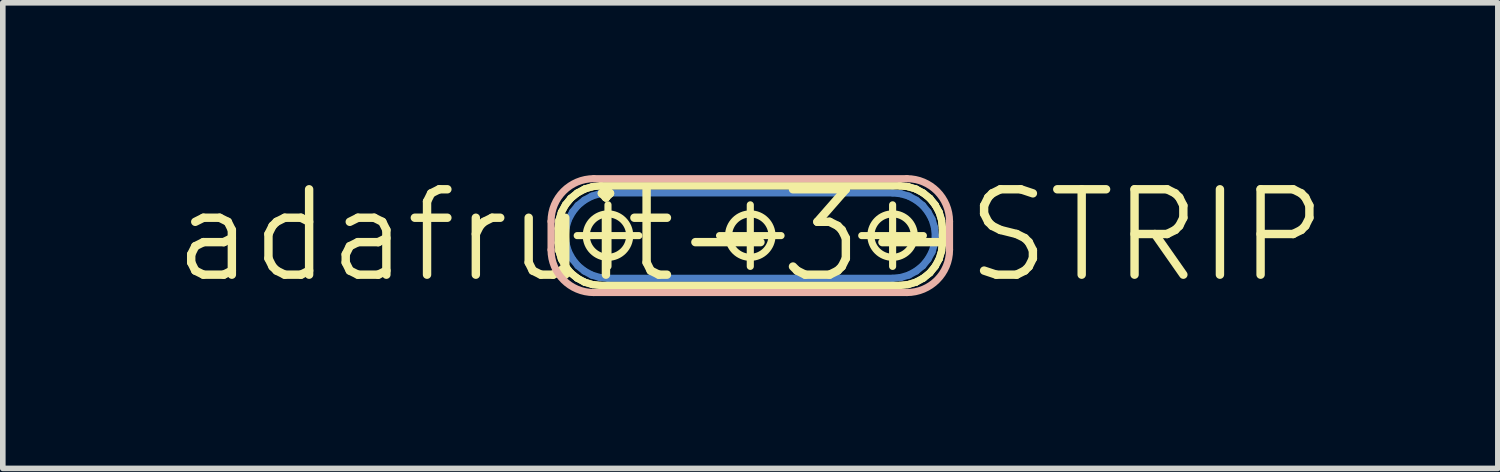
<source format=kicad_pcb>
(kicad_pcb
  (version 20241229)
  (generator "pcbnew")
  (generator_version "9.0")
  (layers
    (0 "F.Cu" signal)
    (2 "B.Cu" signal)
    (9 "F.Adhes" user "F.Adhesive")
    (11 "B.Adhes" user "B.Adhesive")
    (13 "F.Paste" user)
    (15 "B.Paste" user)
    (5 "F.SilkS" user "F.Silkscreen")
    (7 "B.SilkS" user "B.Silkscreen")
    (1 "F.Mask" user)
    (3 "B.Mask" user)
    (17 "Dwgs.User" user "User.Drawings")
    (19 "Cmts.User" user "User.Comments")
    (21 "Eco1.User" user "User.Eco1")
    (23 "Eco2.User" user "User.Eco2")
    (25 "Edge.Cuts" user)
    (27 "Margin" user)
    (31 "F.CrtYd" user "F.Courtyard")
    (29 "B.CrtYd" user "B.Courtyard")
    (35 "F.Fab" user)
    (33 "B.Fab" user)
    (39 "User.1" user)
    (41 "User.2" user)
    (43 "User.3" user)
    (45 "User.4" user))
  (footprint "adafruit-3-STRIP"
    (layer "F.Cu")
    (at 10.341 1.155)
    (property "Reference" "adafruit-3-STRIP" (at 0 0 0) (layer "F.SilkS") (effects (font (size 1.524 1.524) (thickness 0.15))))
    (attr exclude_from_pos_files exclude_from_bom)
    (fp_line (start -3.302 0) (end -3.287 -0.147) (stroke (width 0.127) (type solid)) (layer "B.Cu"))
    (fp_line (start -3.287 -0.147) (end -3.244 -0.29) (stroke (width 0.127) (type solid)) (layer "B.Cu"))
    (fp_line (start -3.287 0.147) (end -3.302 0) (stroke (width 0.127) (type solid)) (layer "B.Cu"))
    (fp_line (start -3.244 -0.29) (end -3.172 -0.422) (stroke (width 0.127) (type solid)) (layer "B.Cu"))
    (fp_line (start -3.244 0.29) (end -3.287 0.147) (stroke (width 0.127) (type solid)) (layer "B.Cu"))
    (fp_line (start -3.172 -0.422) (end -3.078 -0.538) (stroke (width 0.127) (type solid)) (layer "B.Cu"))
    (fp_line (start -3.172 0.422) (end -3.244 0.29) (stroke (width 0.127) (type solid)) (layer "B.Cu"))
    (fp_line (start -3.078 -0.538) (end -2.962 -0.632) (stroke (width 0.127) (type solid)) (layer "B.Cu"))
    (fp_line (start -3.078 0.538) (end -3.172 0.422) (stroke (width 0.127) (type solid)) (layer "B.Cu"))
    (fp_line (start -2.962 -0.632) (end -2.83 -0.704) (stroke (width 0.127) (type solid)) (layer "B.Cu"))
    (fp_line (start -2.962 0.632) (end -3.078 0.538) (stroke (width 0.127) (type solid)) (layer "B.Cu"))
    (fp_line (start -2.83 -0.704) (end -2.687 -0.747) (stroke (width 0.127) (type solid)) (layer "B.Cu"))
    (fp_line (start -2.83 0.704) (end -2.962 0.632) (stroke (width 0.127) (type solid)) (layer "B.Cu"))
    (fp_line (start -2.687 -0.747) (end -2.54 -0.762) (stroke (width 0.127) (type solid)) (layer "B.Cu"))
    (fp_line (start -2.687 0.747) (end -2.83 0.704) (stroke (width 0.127) (type solid)) (layer "B.Cu"))
    (fp_line (start -2.54 -0.762) (end 2.54 -0.762) (stroke (width 0.127) (type solid)) (layer "B.Cu"))
    (fp_line (start -2.54 0.762) (end -2.687 0.747) (stroke (width 0.127) (type solid)) (layer "B.Cu"))
    (fp_line (start 2.54 -0.762) (end 2.687 -0.747) (stroke (width 0.127) (type solid)) (layer "B.Cu"))
    (fp_line (start 2.54 0.762) (end -2.54 0.762) (stroke (width 0.127) (type solid)) (layer "B.Cu"))
    (fp_line (start 2.687 -0.747) (end 2.83 -0.704) (stroke (width 0.127) (type solid)) (layer "B.Cu"))
    (fp_line (start 2.687 0.747) (end 2.54 0.762) (stroke (width 0.127) (type solid)) (layer "B.Cu"))
    (fp_line (start 2.83 -0.704) (end 2.962 -0.632) (stroke (width 0.127) (type solid)) (layer "B.Cu"))
    (fp_line (start 2.83 0.704) (end 2.687 0.747) (stroke (width 0.127) (type solid)) (layer "B.Cu"))
    (fp_line (start 2.962 -0.632) (end 3.078 -0.538) (stroke (width 0.127) (type solid)) (layer "B.Cu"))
    (fp_line (start 2.962 0.632) (end 2.83 0.704) (stroke (width 0.127) (type solid)) (layer "B.Cu"))
    (fp_line (start 3.078 -0.538) (end 3.172 -0.422) (stroke (width 0.127) (type solid)) (layer "B.Cu"))
    (fp_line (start 3.078 0.538) (end 2.962 0.632) (stroke (width 0.127) (type solid)) (layer "B.Cu"))
    (fp_line (start 3.172 -0.422) (end 3.244 -0.29) (stroke (width 0.127) (type solid)) (layer "B.Cu"))
    (fp_line (start 3.172 0.422) (end 3.078 0.538) (stroke (width 0.127) (type solid)) (layer "B.Cu"))
    (fp_line (start 3.244 -0.29) (end 3.287 -0.147) (stroke (width 0.127) (type solid)) (layer "B.Cu"))
    (fp_line (start 3.244 0.29) (end 3.172 0.422) (stroke (width 0.127) (type solid)) (layer "B.Cu"))
    (fp_line (start 3.287 -0.147) (end 3.302 0) (stroke (width 0.127) (type solid)) (layer "B.Cu"))
    (fp_line (start 3.287 0.147) (end 3.244 0.29) (stroke (width 0.127) (type solid)) (layer "B.Cu"))
    (fp_line (start 3.302 0) (end 3.287 0.147) (stroke (width 0.127) (type solid)) (layer "B.Cu"))
    (fp_line (start -3.429 -0.127) (end -3.429 0.127) (stroke (width 0.127) (type solid)) (layer "F.SilkS"))
    (fp_line (start -3.429 -0.127) (end -3.414 -0.274) (stroke (width 0.127) (type solid)) (layer "F.SilkS"))
    (fp_line (start -3.429 0.127) (end -3.429 -0.127) (stroke (width 0.127) (type solid)) (layer "F.SilkS"))
    (fp_line (start -3.429 0.127) (end -3.414 0.274) (stroke (width 0.127) (type solid)) (layer "F.SilkS"))
    (fp_line (start -3.414 -0.274) (end -3.429 -0.127) (stroke (width 0.127) (type solid)) (layer "F.SilkS"))
    (fp_line (start -3.414 -0.274) (end -3.371 -0.417) (stroke (width 0.127) (type solid)) (layer "F.SilkS"))
    (fp_line (start -3.414 0.274) (end -3.429 0.127) (stroke (width 0.127) (type solid)) (layer "F.SilkS"))
    (fp_line (start -3.414 0.274) (end -3.371 0.417) (stroke (width 0.127) (type solid)) (layer "F.SilkS"))
    (fp_line (start -3.371 -0.417) (end -3.414 -0.274) (stroke (width 0.127) (type solid)) (layer "F.SilkS"))
    (fp_line (start -3.371 -0.417) (end -3.299 -0.549) (stroke (width 0.127) (type solid)) (layer "F.SilkS"))
    (fp_line (start -3.371 0.417) (end -3.414 0.274) (stroke (width 0.127) (type solid)) (layer "F.SilkS"))
    (fp_line (start -3.371 0.417) (end -3.299 0.549) (stroke (width 0.127) (type solid)) (layer "F.SilkS"))
    (fp_line (start -3.299 -0.549) (end -3.371 -0.417) (stroke (width 0.127) (type solid)) (layer "F.SilkS"))
    (fp_line (start -3.299 -0.549) (end -3.205 -0.665) (stroke (width 0.127) (type solid)) (layer "F.SilkS"))
    (fp_line (start -3.299 0.549) (end -3.371 0.417) (stroke (width 0.127) (type solid)) (layer "F.SilkS"))
    (fp_line (start -3.299 0.549) (end -3.205 0.665) (stroke (width 0.127) (type solid)) (layer "F.SilkS"))
    (fp_line (start -3.205 -0.665) (end -3.299 -0.549) (stroke (width 0.127) (type solid)) (layer "F.SilkS"))
    (fp_line (start -3.205 -0.665) (end -3.089 -0.759) (stroke (width 0.127) (type solid)) (layer "F.SilkS"))
    (fp_line (start -3.205 0.665) (end -3.299 0.549) (stroke (width 0.127) (type solid)) (layer "F.SilkS"))
    (fp_line (start -3.205 0.665) (end -3.089 0.759) (stroke (width 0.127) (type solid)) (layer "F.SilkS"))
    (fp_line (start -3.089 -0.759) (end -3.205 -0.665) (stroke (width 0.127) (type solid)) (layer "F.SilkS"))
    (fp_line (start -3.089 -0.759) (end -2.957 -0.831) (stroke (width 0.127) (type solid)) (layer "F.SilkS"))
    (fp_line (start -3.089 0) (end -1.989 0) (stroke (width 0.127) (type solid)) (layer "F.SilkS"))
    (fp_line (start -3.089 0.759) (end -3.205 0.665) (stroke (width 0.127) (type solid)) (layer "F.SilkS"))
    (fp_line (start -3.089 0.759) (end -2.957 0.831) (stroke (width 0.127) (type solid)) (layer "F.SilkS"))
    (fp_line (start -2.957 -0.831) (end -3.089 -0.759) (stroke (width 0.127) (type solid)) (layer "F.SilkS"))
    (fp_line (start -2.957 -0.831) (end -2.814 -0.874) (stroke (width 0.127) (type solid)) (layer "F.SilkS"))
    (fp_line (start -2.957 0.831) (end -3.089 0.759) (stroke (width 0.127) (type solid)) (layer "F.SilkS"))
    (fp_line (start -2.957 0.831) (end -2.814 0.874) (stroke (width 0.127) (type solid)) (layer "F.SilkS"))
    (fp_line (start -2.814 -0.874) (end -2.957 -0.831) (stroke (width 0.127) (type solid)) (layer "F.SilkS"))
    (fp_line (start -2.814 -0.874) (end -2.667 -0.889) (stroke (width 0.127) (type solid)) (layer "F.SilkS"))
    (fp_line (start -2.814 0.874) (end -2.957 0.831) (stroke (width 0.127) (type solid)) (layer "F.SilkS"))
    (fp_line (start -2.814 0.874) (end -2.667 0.889) (stroke (width 0.127) (type solid)) (layer "F.SilkS"))
    (fp_line (start -2.667 -0.889) (end -2.814 -0.874) (stroke (width 0.127) (type solid)) (layer "F.SilkS"))
    (fp_line (start -2.667 -0.889) (end 2.667 -0.889) (stroke (width 0.127) (type solid)) (layer "F.SilkS"))
    (fp_line (start -2.667 0.889) (end -2.814 0.874) (stroke (width 0.127) (type solid)) (layer "F.SilkS"))
    (fp_line (start -2.667 0.889) (end 2.667 0.889) (stroke (width 0.127) (type solid)) (layer "F.SilkS"))
    (fp_line (start -2.54 0.549) (end -2.54 -0.549) (stroke (width 0.127) (type solid)) (layer "F.SilkS"))
    (fp_line (start -0.549 0) (end 0.549 0) (stroke (width 0.127) (type solid)) (layer "F.SilkS"))
    (fp_line (start 0 0.549) (end 0 -0.549) (stroke (width 0.127) (type solid)) (layer "F.SilkS"))
    (fp_line (start 1.989 0) (end 3.089 0) (stroke (width 0.127) (type solid)) (layer "F.SilkS"))
    (fp_line (start 2.54 0.549) (end 2.54 -0.549) (stroke (width 0.127) (type solid)) (layer "F.SilkS"))
    (fp_line (start 2.667 -0.889) (end -2.667 -0.889) (stroke (width 0.127) (type solid)) (layer "F.SilkS"))
    (fp_line (start 2.667 -0.889) (end 2.814 -0.874) (stroke (width 0.127) (type solid)) (layer "F.SilkS"))
    (fp_line (start 2.667 0.889) (end -2.667 0.889) (stroke (width 0.127) (type solid)) (layer "F.SilkS"))
    (fp_line (start 2.667 0.889) (end 2.814 0.874) (stroke (width 0.127) (type solid)) (layer "F.SilkS"))
    (fp_line (start 2.814 -0.874) (end 2.667 -0.889) (stroke (width 0.127) (type solid)) (layer "F.SilkS"))
    (fp_line (start 2.814 -0.874) (end 2.957 -0.831) (stroke (width 0.127) (type solid)) (layer "F.SilkS"))
    (fp_line (start 2.814 0.874) (end 2.667 0.889) (stroke (width 0.127) (type solid)) (layer "F.SilkS"))
    (fp_line (start 2.814 0.874) (end 2.957 0.831) (stroke (width 0.127) (type solid)) (layer "F.SilkS"))
    (fp_line (start 2.957 -0.831) (end 2.814 -0.874) (stroke (width 0.127) (type solid)) (layer "F.SilkS"))
    (fp_line (start 2.957 -0.831) (end 3.089 -0.759) (stroke (width 0.127) (type solid)) (layer "F.SilkS"))
    (fp_line (start 2.957 0.831) (end 2.814 0.874) (stroke (width 0.127) (type solid)) (layer "F.SilkS"))
    (fp_line (start 2.957 0.831) (end 3.089 0.759) (stroke (width 0.127) (type solid)) (layer "F.SilkS"))
    (fp_line (start 3.089 -0.759) (end 2.957 -0.831) (stroke (width 0.127) (type solid)) (layer "F.SilkS"))
    (fp_line (start 3.089 -0.759) (end 3.205 -0.665) (stroke (width 0.127) (type solid)) (layer "F.SilkS"))
    (fp_line (start 3.089 0.759) (end 2.957 0.831) (stroke (width 0.127) (type solid)) (layer "F.SilkS"))
    (fp_line (start 3.089 0.759) (end 3.205 0.665) (stroke (width 0.127) (type solid)) (layer "F.SilkS"))
    (fp_line (start 3.205 -0.665) (end 3.089 -0.759) (stroke (width 0.127) (type solid)) (layer "F.SilkS"))
    (fp_line (start 3.205 -0.665) (end 3.299 -0.549) (stroke (width 0.127) (type solid)) (layer "F.SilkS"))
    (fp_line (start 3.205 0.665) (end 3.089 0.759) (stroke (width 0.127) (type solid)) (layer "F.SilkS"))
    (fp_line (start 3.205 0.665) (end 3.299 0.549) (stroke (width 0.127) (type solid)) (layer "F.SilkS"))
    (fp_line (start 3.299 -0.549) (end 3.205 -0.665) (stroke (width 0.127) (type solid)) (layer "F.SilkS"))
    (fp_line (start 3.299 -0.549) (end 3.371 -0.417) (stroke (width 0.127) (type solid)) (layer "F.SilkS"))
    (fp_line (start 3.299 0.549) (end 3.205 0.665) (stroke (width 0.127) (type solid)) (layer "F.SilkS"))
    (fp_line (start 3.299 0.549) (end 3.371 0.417) (stroke (width 0.127) (type solid)) (layer "F.SilkS"))
    (fp_line (start 3.371 -0.417) (end 3.299 -0.549) (stroke (width 0.127) (type solid)) (layer "F.SilkS"))
    (fp_line (start 3.371 -0.417) (end 3.414 -0.274) (stroke (width 0.127) (type solid)) (layer "F.SilkS"))
    (fp_line (start 3.371 0.417) (end 3.299 0.549) (stroke (width 0.127) (type solid)) (layer "F.SilkS"))
    (fp_line (start 3.371 0.417) (end 3.414 0.274) (stroke (width 0.127) (type solid)) (layer "F.SilkS"))
    (fp_line (start 3.414 -0.274) (end 3.371 -0.417) (stroke (width 0.127) (type solid)) (layer "F.SilkS"))
    (fp_line (start 3.414 -0.274) (end 3.429 -0.127) (stroke (width 0.127) (type solid)) (layer "F.SilkS"))
    (fp_line (start 3.414 0.274) (end 3.371 0.417) (stroke (width 0.127) (type solid)) (layer "F.SilkS"))
    (fp_line (start 3.414 0.274) (end 3.429 0.127) (stroke (width 0.127) (type solid)) (layer "F.SilkS"))
    (fp_line (start 3.429 -0.127) (end 3.414 -0.274) (stroke (width 0.127) (type solid)) (layer "F.SilkS"))
    (fp_line (start 3.429 -0.127) (end 3.429 0.127) (stroke (width 0.127) (type solid)) (layer "F.SilkS"))
    (fp_line (start 3.429 0.127) (end 3.414 0.274) (stroke (width 0.127) (type solid)) (layer "F.SilkS"))
    (fp_line (start 3.429 0.127) (end 3.429 -0.127) (stroke (width 0.127) (type solid)) (layer "F.SilkS"))
    (fp_circle (center -2.54 0) (end -2.814 0.274) (stroke (width 0.127) (type solid)) (fill no) (layer "F.SilkS"))
    (fp_circle (center 0 0) (end -0.274 0.274) (stroke (width 0.127) (type solid)) (fill no) (layer "F.SilkS"))
    (fp_circle (center 2.54 0) (end 2.814 0.274) (stroke (width 0.127) (type solid)) (fill no) (layer "F.SilkS"))
    (fp_line (start -3.556 0.254) (end -3.556 -0.254) (stroke (width 0.127) (type solid)) (layer "B.SilkS"))
    (fp_line (start -2.794 -1.016) (end 2.794 -1.016) (stroke (width 0.127) (type solid)) (layer "B.SilkS"))
    (fp_line (start 2.794 1.016) (end -2.794 1.016) (stroke (width 0.127) (type solid)) (layer "B.SilkS"))
    (fp_line (start 3.556 -0.254) (end 3.556 0.254) (stroke (width 0.127) (type solid)) (layer "B.SilkS"))
    (fp_arc (start -3.556 -0.254) (mid -3.332815 -0.792815) (end -2.794 -1.016) (stroke (width 0.127) (type solid)) (layer "B.SilkS"))
    (fp_arc (start -2.794 1.016) (mid -3.332815 0.792815) (end -3.556 0.254) (stroke (width 0.127) (type solid)) (layer "B.SilkS"))
    (fp_arc (start 2.794 -1.016) (mid 3.332815 -0.792815) (end 3.556 -0.254) (stroke (width 0.127) (type solid)) (layer "B.SilkS"))
    (fp_arc (start 3.556 0.254) (mid 3.332815 0.792815) (end 2.794 1.016) (stroke (width 0.127) (type solid)) (layer "B.SilkS"))
    (fp_line (start -3.302 0) (end -3.287 0.147) (stroke (width 0.127) (type solid)) (layer "B.Adhes"))
    (fp_line (start -3.287 -0.147) (end -3.302 0) (stroke (width 0.127) (type solid)) (layer "B.Adhes"))
    (fp_line (start -3.287 0.147) (end -3.244 0.29) (stroke (width 0.127) (type solid)) (layer "B.Adhes"))
    (fp_line (start -3.244 -0.29) (end -3.287 -0.147) (stroke (width 0.127) (type solid)) (layer "B.Adhes"))
    (fp_line (start -3.244 0.29) (end -3.172 0.422) (stroke (width 0.127) (type solid)) (layer "B.Adhes"))
    (fp_line (start -3.172 -0.422) (end -3.244 -0.29) (stroke (width 0.127) (type solid)) (layer "B.Adhes"))
    (fp_line (start -3.172 0.422) (end -3.078 0.538) (stroke (width 0.127) (type solid)) (layer "B.Adhes"))
    (fp_line (start -3.078 -0.538) (end -3.172 -0.422) (stroke (width 0.127) (type solid)) (layer "B.Adhes"))
    (fp_line (start -3.078 0.538) (end -2.962 0.632) (stroke (width 0.127) (type solid)) (layer "B.Adhes"))
    (fp_line (start -2.962 -0.632) (end -3.078 -0.538) (stroke (width 0.127) (type solid)) (layer "B.Adhes"))
    (fp_line (start -2.962 0.632) (end -2.83 0.704) (stroke (width 0.127) (type solid)) (layer "B.Adhes"))
    (fp_line (start -2.83 -0.704) (end -2.962 -0.632) (stroke (width 0.127) (type solid)) (layer "B.Adhes"))
    (fp_line (start -2.83 0.704) (end -2.687 0.747) (stroke (width 0.127) (type solid)) (layer "B.Adhes"))
    (fp_line (start -2.687 -0.747) (end -2.83 -0.704) (stroke (width 0.127) (type solid)) (layer "B.Adhes"))
    (fp_line (start -2.687 0.747) (end -2.54 0.762) (stroke (width 0.127) (type solid)) (layer "B.Adhes"))
    (fp_line (start -2.54 -0.762) (end -2.687 -0.747) (stroke (width 0.127) (type solid)) (layer "B.Adhes"))
    (fp_line (start -2.54 0.762) (end 2.54 0.762) (stroke (width 0.127) (type solid)) (layer "B.Adhes"))
    (fp_line (start 2.54 -0.762) (end -2.54 -0.762) (stroke (width 0.127) (type solid)) (layer "B.Adhes"))
    (fp_line (start 2.54 0.762) (end 2.687 0.747) (stroke (width 0.127) (type solid)) (layer "B.Adhes"))
    (fp_line (start 2.687 -0.747) (end 2.54 -0.762) (stroke (width 0.127) (type solid)) (layer "B.Adhes"))
    (fp_line (start 2.687 0.747) (end 2.83 0.704) (stroke (width 0.127) (type solid)) (layer "B.Adhes"))
    (fp_line (start 2.83 -0.704) (end 2.687 -0.747) (stroke (width 0.127) (type solid)) (layer "B.Adhes"))
    (fp_line (start 2.83 0.704) (end 2.962 0.632) (stroke (width 0.127) (type solid)) (layer "B.Adhes"))
    (fp_line (start 2.962 -0.632) (end 2.83 -0.704) (stroke (width 0.127) (type solid)) (layer "B.Adhes"))
    (fp_line (start 2.962 0.632) (end 3.078 0.538) (stroke (width 0.127) (type solid)) (layer "B.Adhes"))
    (fp_line (start 3.078 -0.538) (end 2.962 -0.632) (stroke (width 0.127) (type solid)) (layer "B.Adhes"))
    (fp_line (start 3.078 0.538) (end 3.172 0.422) (stroke (width 0.127) (type solid)) (layer "B.Adhes"))
    (fp_line (start 3.172 -0.422) (end 3.078 -0.538) (stroke (width 0.127) (type solid)) (layer "B.Adhes"))
    (fp_line (start 3.172 0.422) (end 3.244 0.29) (stroke (width 0.127) (type solid)) (layer "B.Adhes"))
    (fp_line (start 3.244 -0.29) (end 3.172 -0.422) (stroke (width 0.127) (type solid)) (layer "B.Adhes"))
    (fp_line (start 3.244 0.29) (end 3.287 0.147) (stroke (width 0.127) (type solid)) (layer "B.Adhes"))
    (fp_line (start 3.287 -0.147) (end 3.244 -0.29) (stroke (width 0.127) (type solid)) (layer "B.Adhes"))
    (fp_line (start 3.287 0.147) (end 3.302 0) (stroke (width 0.127) (type solid)) (layer "B.Adhes"))
    (fp_line (start 3.302 0) (end 3.287 -0.147) (stroke (width 0.127) (type solid)) (layer "B.Adhes")))
  (gr_rect
    (start -3 -3)
    (end 23.683 5.31)
    (stroke (width 0.1) (type default))
    (fill no)
    (layer "Edge.Cuts")))
</source>
